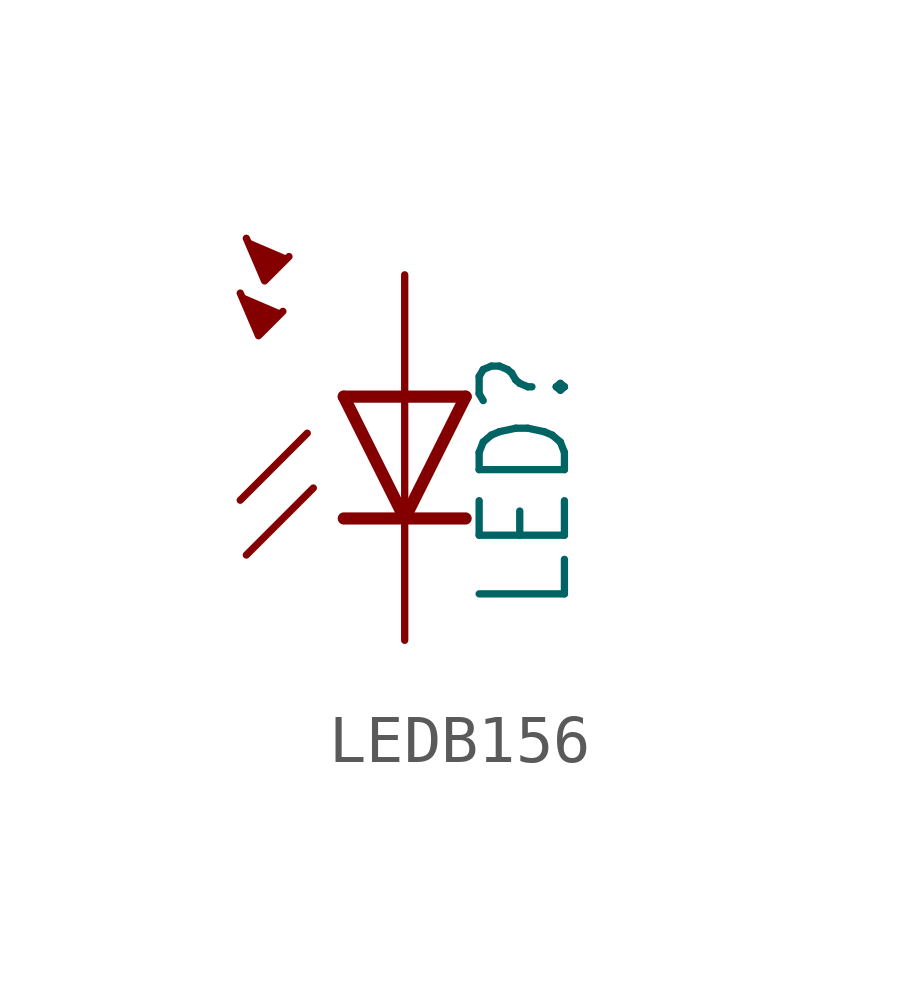
<source format=kicad_sym>
(kicad_symbol_lib
  (version 20241209)
  (generator "kicad_symbol_editor")
  (generator_version "9.0")
  (symbol "LEDB156"
    (property "Reference" "LED"
      (at 3.556 -4.572 90)
      (effects (font (size 1.778 1.511)) (justify left bottom)))
    (property "Value" ""
      (at 5.715 -4.572 90)
      (effects (font (size 1.778 1.511)) (justify left bottom)))
    (property "ki_locked" ""
      (at 0 0 0)
      (effects (font (size 1.27 1.27))))
    (symbol "LEDB156_1_0"
      (polyline (pts (xy -3.429 2.159) (xy -3.048 1.27) (xy -2.54 1.778)) (stroke (width 0.152) (type solid)) (fill (type outline)))
      (polyline (pts (xy -3.302 3.302) (xy -2.921 2.413) (xy -2.413 2.921)) (stroke (width 0.152) (type solid)) (fill (type outline)))
      (polyline (pts (xy -2.032 -0.762) (xy -3.429 -2.159)) (stroke (width 0.152) (type solid)) (fill (type none)))
      (polyline (pts (xy -1.905 -1.905) (xy -3.302 -3.302)) (stroke (width 0.152) (type solid)) (fill (type none)))
      (polyline (pts (xy 0 0) (xy -1.27 0)) (stroke (width 0.254) (type solid)) (fill (type none)))
      (polyline (pts (xy 0 0) (xy 0 -2.54)) (stroke (width 0.152) (type solid)) (fill (type none)))
      (polyline (pts (xy 0 -2.54) (xy -1.27 0)) (stroke (width 0.254) (type solid)) (fill (type none)))
      (polyline (pts (xy 0 -2.54) (xy -1.27 -2.54)) (stroke (width 0.254) (type solid)) (fill (type none)))
      (polyline (pts (xy 1.27 0) (xy 0 0)) (stroke (width 0.254) (type solid)) (fill (type none)))
      (polyline (pts (xy 1.27 0) (xy 0 -2.54)) (stroke (width 0.254) (type solid)) (fill (type none)))
      (polyline (pts (xy 1.27 -2.54) (xy 0 -2.54)) (stroke (width 0.254) (type solid)) (fill (type none)))
      (pin passive line (at 0 2.54 270) (length 2.54) (name "A" (effects (font (size 0 0)))) (number "A" (effects (font (size 0 0)))))
      (pin passive line (at 0 -5.08 90) (length 2.54) (name "C" (effects (font (size 0 0)))) (number "K" (effects (font (size 0 0))))))))
</source>
